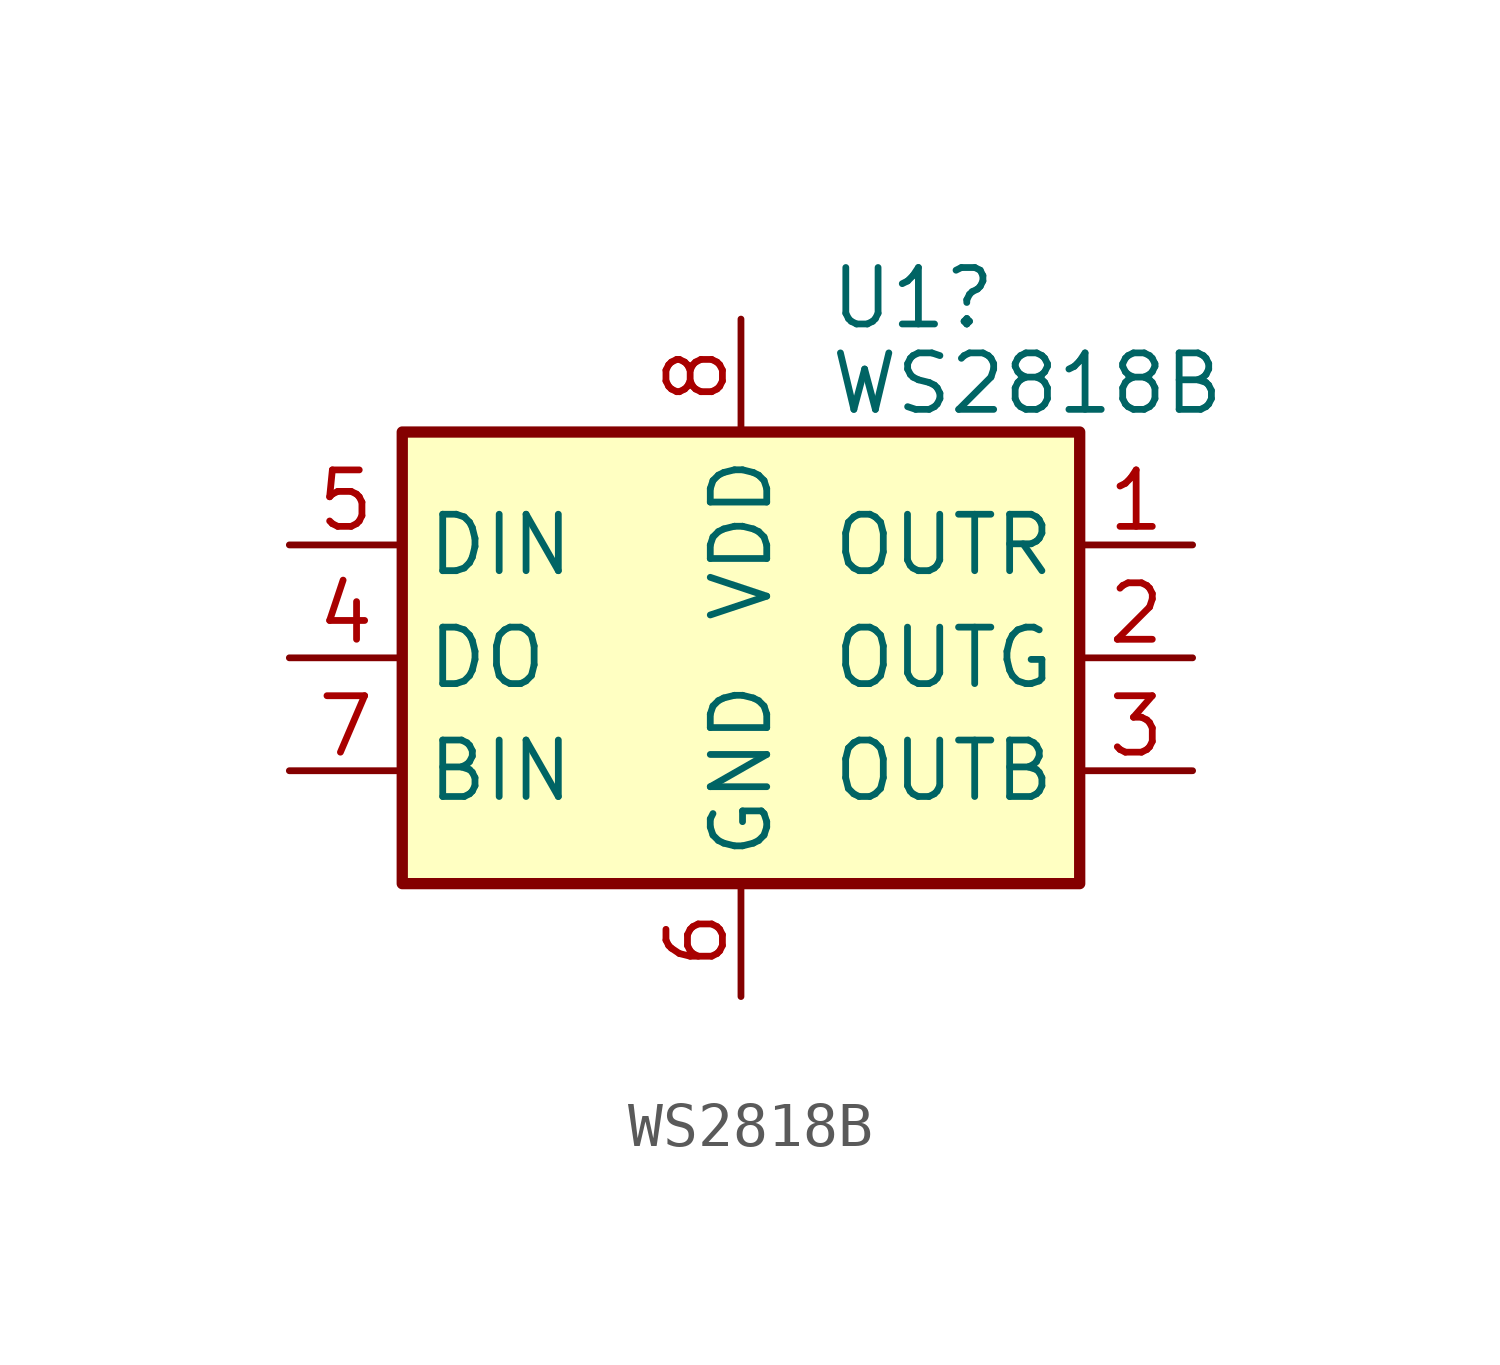
<source format=kicad_sym>
(kicad_symbol_lib
  (version 20220914)
  (generator kicad_symbol_editor)
  (symbol "WS2818B"
    (property "Reference" "U1"
      (at 1.956 8.09 0)
      (effects (font (size 1.27 1.27)) (justify left)))
    (property "Value" "WS2818B"
      (at 1.956 6.169 0)
      (effects (font (size 1.27 1.27)) (justify left)))
    (symbol "WS2818B_0_1"
      (rectangle (start -7.62 5.08) (end 7.62 -5.08) (stroke (width 0.254) (type default)) (fill (type background))))
    (symbol "WS2818B_1_1"
      (pin output line (at 10.16 2.54 180) (length 2.54) (name "OUTR" (effects (font (size 1.27 1.27)))) (number "1" (effects (font (size 1.27 1.27)))))
      (pin output line (at 10.16 0 180) (length 2.54) (name "OUTG" (effects (font (size 1.27 1.27)))) (number "2" (effects (font (size 1.27 1.27)))))
      (pin output line (at 10.16 -2.54 180) (length 2.54) (name "OUTB" (effects (font (size 1.27 1.27)))) (number "3" (effects (font (size 1.27 1.27)))))
      (pin output line (at -10.16 0 0) (length 2.54) (name "DO" (effects (font (size 1.27 1.27)))) (number "4" (effects (font (size 1.27 1.27)))))
      (pin input line (at -10.16 2.54 0) (length 2.54) (name "DIN" (effects (font (size 1.27 1.27)))) (number "5" (effects (font (size 1.27 1.27)))))
      (pin power_in line (at 0 -7.62 90) (length 2.54) (name "GND" (effects (font (size 1.27 1.27)))) (number "6" (effects (font (size 1.27 1.27)))))
      (pin input line (at -10.16 -2.54 0) (length 2.54) (name "BIN" (effects (font (size 1.27 1.27)))) (number "7" (effects (font (size 1.27 1.27)))))
      (pin power_in line (at 0 7.62 270) (length 2.54) (name "VDD" (effects (font (size 1.27 1.27)))) (number "8" (effects (font (size 1.27 1.27))))))))
</source>
